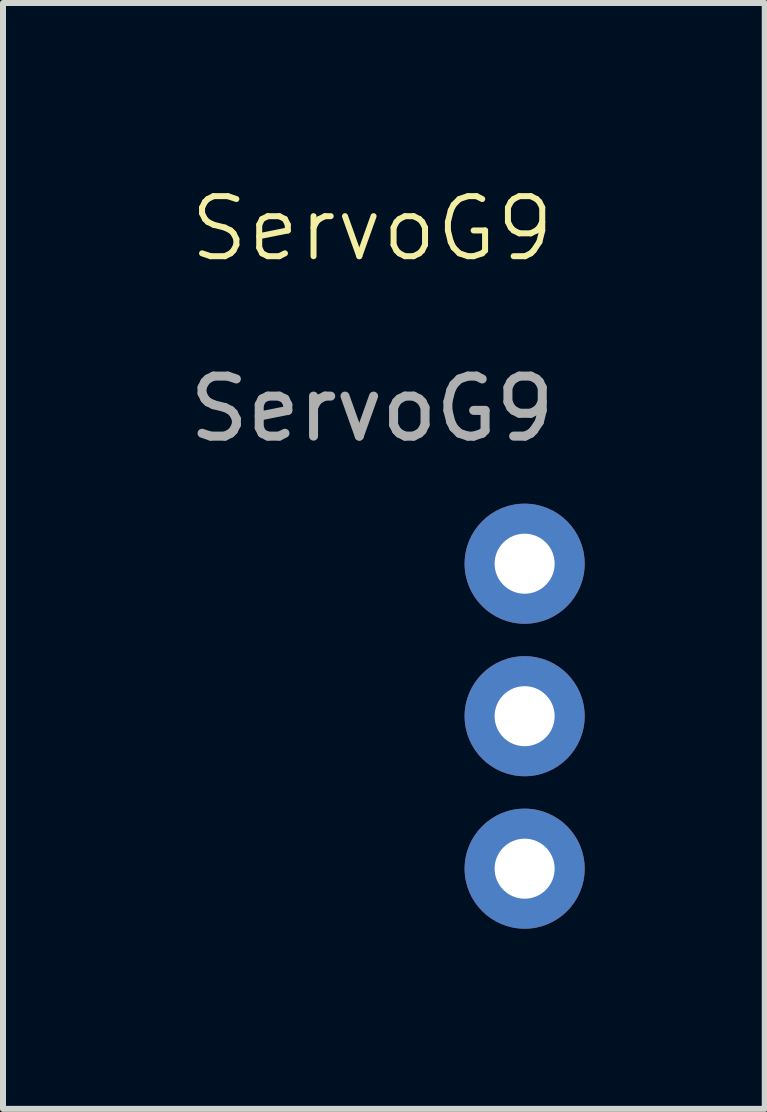
<source format=kicad_pcb>
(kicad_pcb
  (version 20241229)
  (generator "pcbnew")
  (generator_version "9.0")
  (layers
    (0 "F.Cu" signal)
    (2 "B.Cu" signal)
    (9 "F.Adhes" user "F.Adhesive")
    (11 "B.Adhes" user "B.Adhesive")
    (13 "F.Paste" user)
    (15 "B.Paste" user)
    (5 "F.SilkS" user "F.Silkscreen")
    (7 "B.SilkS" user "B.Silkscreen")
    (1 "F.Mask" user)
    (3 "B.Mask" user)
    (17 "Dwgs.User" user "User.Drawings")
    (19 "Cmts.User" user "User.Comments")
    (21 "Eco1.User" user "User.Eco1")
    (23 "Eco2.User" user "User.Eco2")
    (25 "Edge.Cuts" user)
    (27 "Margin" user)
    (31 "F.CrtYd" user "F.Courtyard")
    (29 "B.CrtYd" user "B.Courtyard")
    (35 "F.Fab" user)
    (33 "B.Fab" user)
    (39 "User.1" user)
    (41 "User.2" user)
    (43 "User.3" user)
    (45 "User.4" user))
  (footprint "ServoG9"
    (layer "F.Cu")
    (at 3.149 1.26)
    (property "Reference" "ServoG9" (at 0 -0.5 0) (unlocked yes) (layer "F.SilkS") (effects (font (size 1 1) (thickness 0.1))))
    (attr smd)
    (fp_text user "${REFERENCE}" (at 0 2.5 0) (unlocked yes) (layer "F.Fab") (effects (font (size 1 1) (thickness 0.15))))
    (pad "1" thru_hole circle (at 2.54 5.08) (size 2 2) (drill 1) (layers "*.Cu" "*.Mask"))
    (pad "2" thru_hole circle (at 2.54 7.62) (size 2 2) (drill 1) (layers "*.Cu" "*.Mask"))
    (pad "3" thru_hole circle (at 2.54 10.16) (size 2 2) (drill 1) (layers "*.Cu" "*.Mask")))
  (gr_rect
    (start -3 -3)
    (end 9.689 15.421)
    (stroke (width 0.1) (type default))
    (fill no)
    (layer "Edge.Cuts")))
</source>
